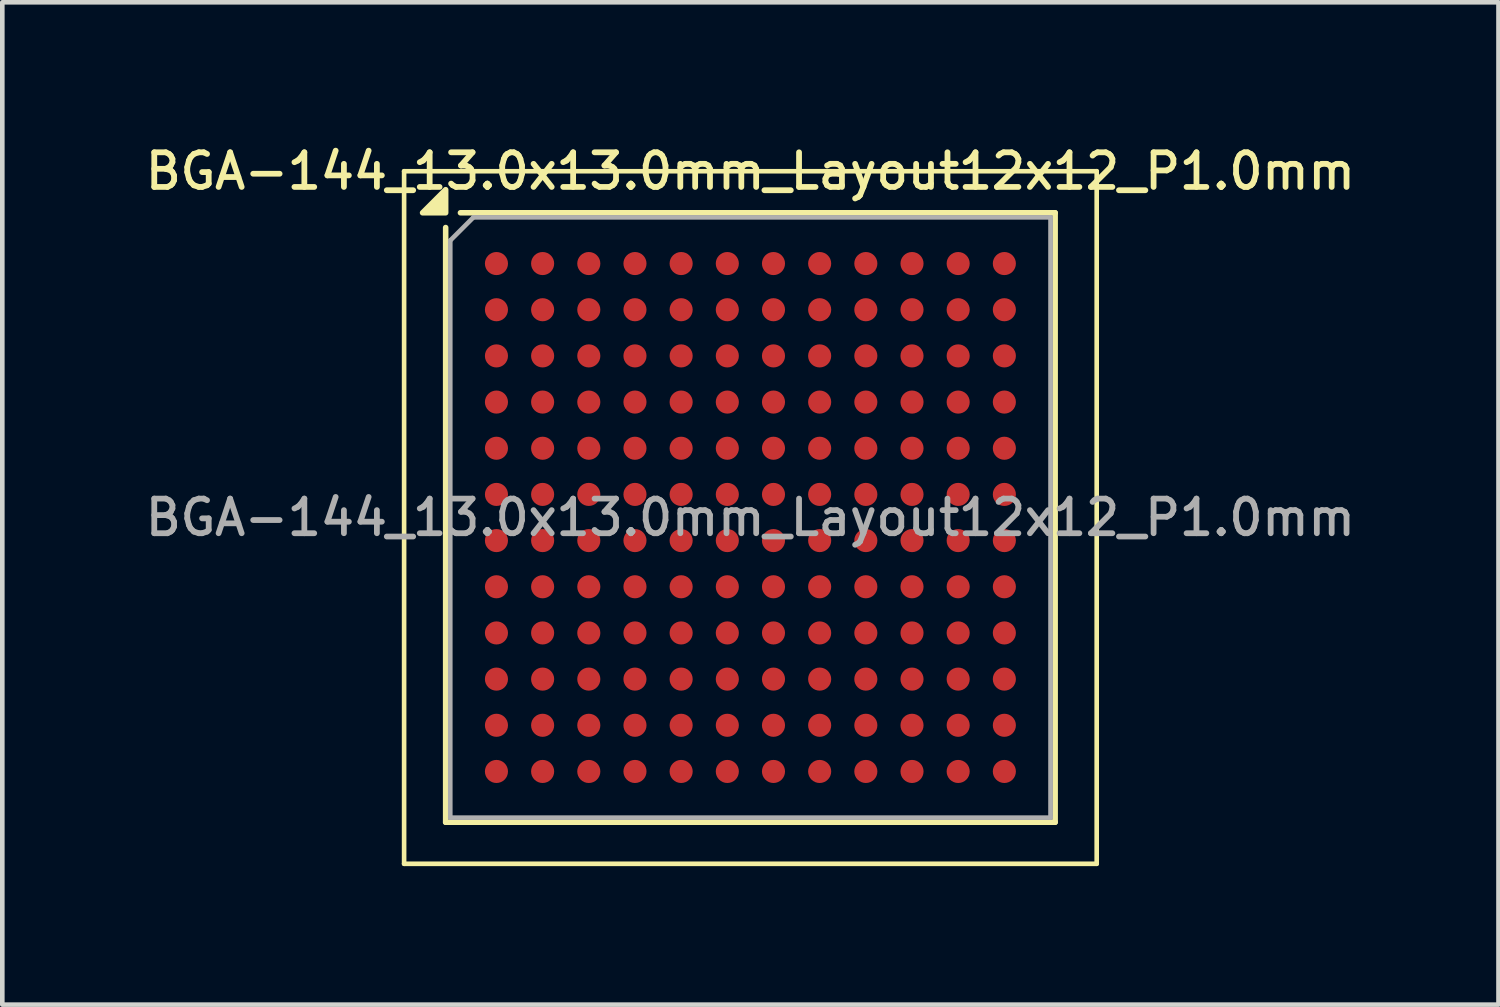
<source format=kicad_pcb>
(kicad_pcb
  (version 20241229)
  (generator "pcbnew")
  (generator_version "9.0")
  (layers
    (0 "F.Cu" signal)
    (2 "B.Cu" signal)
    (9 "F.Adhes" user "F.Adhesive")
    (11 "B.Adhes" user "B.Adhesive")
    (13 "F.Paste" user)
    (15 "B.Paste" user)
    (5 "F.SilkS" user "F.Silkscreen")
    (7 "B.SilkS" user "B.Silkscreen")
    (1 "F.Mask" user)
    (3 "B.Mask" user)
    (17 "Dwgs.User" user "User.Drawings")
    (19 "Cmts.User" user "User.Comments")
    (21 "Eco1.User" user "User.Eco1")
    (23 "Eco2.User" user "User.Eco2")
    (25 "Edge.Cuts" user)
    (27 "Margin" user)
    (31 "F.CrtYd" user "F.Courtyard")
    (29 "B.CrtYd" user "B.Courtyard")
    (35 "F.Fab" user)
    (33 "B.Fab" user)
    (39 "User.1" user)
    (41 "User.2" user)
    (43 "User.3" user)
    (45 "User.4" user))
  (footprint "BGA-144_13.0x13.0mm_Layout12x12_P1.0mm"
    (layer "F.Cu")
    (at 13.202 8.158)
    (property "Reference" "BGA-144_13.0x13.0mm_Layout12x12_P1.0mm" (at 0 -7.5 0) (layer "F.SilkS") (effects (font (size 0.75 0.75) (thickness 0.125))))
    (attr smd)
    (fp_line (start -7.5 -7.5) (end -7.5 7.5) (stroke (width 0.1) (type solid)) (layer "F.SilkS"))
    (fp_line (start -7.5 -7.5) (end 7.5 -7.5) (stroke (width 0.1) (type solid)) (layer "F.SilkS"))
    (fp_line (start -6.6 6.6) (end -6.6 -6.28) (stroke (width 0.12) (type solid)) (layer "F.SilkS"))
    (fp_line (start -6.28 -6.6) (end 6.6 -6.6) (stroke (width 0.12) (type solid)) (layer "F.SilkS"))
    (fp_line (start 6.6 -6.6) (end 6.6 6.6) (stroke (width 0.12) (type solid)) (layer "F.SilkS"))
    (fp_line (start 6.6 6.6) (end -6.6 6.6) (stroke (width 0.12) (type solid)) (layer "F.SilkS"))
    (fp_line (start 7.5 7.5) (end -7.5 7.5) (stroke (width 0.1) (type solid)) (layer "F.SilkS"))
    (fp_line (start 7.5 7.5) (end 7.5 -7.5) (stroke (width 0.1) (type solid)) (layer "F.SilkS"))
    (fp_poly (pts (xy -6.6 -6.6) (xy -7.1 -6.6) (xy -6.6 -7.1) (xy -6.6 -6.6)) (stroke (width 0.12) (type solid)) (fill yes) (layer "F.SilkS"))
    (fp_line (start -6.5 -6) (end -6 -6.5) (stroke (width 0.1) (type solid)) (layer "F.Fab"))
    (fp_line (start -6.5 6.5) (end -6.5 -6) (stroke (width 0.1) (type solid)) (layer "F.Fab"))
    (fp_line (start -6 -6.5) (end 6.5 -6.5) (stroke (width 0.1) (type solid)) (layer "F.Fab"))
    (fp_line (start 6.5 -6.5) (end 6.5 6.5) (stroke (width 0.1) (type solid)) (layer "F.Fab"))
    (fp_line (start 6.5 6.5) (end -6.5 6.5) (stroke (width 0.1) (type solid)) (layer "F.Fab"))
    (fp_text user "${REFERENCE}" (at 0 0 0) (layer "F.Fab") (effects (font (size 0.75 0.75) (thickness 0.125))))
    (pad "A1" smd circle (at -5.5 -5.5) (size 0.5 0.5) (property pad_prop_bga) (layers "F.Cu" "F.Mask" "F.Paste"))
    (pad "A2" smd circle (at -4.5 -5.5) (size 0.5 0.5) (property pad_prop_bga) (layers "F.Cu" "F.Mask" "F.Paste"))
    (pad "A3" smd circle (at -3.5 -5.5) (size 0.5 0.5) (property pad_prop_bga) (layers "F.Cu" "F.Mask" "F.Paste"))
    (pad "A4" smd circle (at -2.5 -5.5) (size 0.5 0.5) (property pad_prop_bga) (layers "F.Cu" "F.Mask" "F.Paste"))
    (pad "A5" smd circle (at -1.5 -5.5) (size 0.5 0.5) (property pad_prop_bga) (layers "F.Cu" "F.Mask" "F.Paste"))
    (pad "A6" smd circle (at -0.5 -5.5) (size 0.5 0.5) (property pad_prop_bga) (layers "F.Cu" "F.Mask" "F.Paste"))
    (pad "A7" smd circle (at 0.5 -5.5) (size 0.5 0.5) (property pad_prop_bga) (layers "F.Cu" "F.Mask" "F.Paste"))
    (pad "A8" smd circle (at 1.5 -5.5) (size 0.5 0.5) (property pad_prop_bga) (layers "F.Cu" "F.Mask" "F.Paste"))
    (pad "A9" smd circle (at 2.5 -5.5) (size 0.5 0.5) (property pad_prop_bga) (layers "F.Cu" "F.Mask" "F.Paste"))
    (pad "A10" smd circle (at 3.5 -5.5) (size 0.5 0.5) (property pad_prop_bga) (layers "F.Cu" "F.Mask" "F.Paste"))
    (pad "A11" smd circle (at 4.5 -5.5) (size 0.5 0.5) (property pad_prop_bga) (layers "F.Cu" "F.Mask" "F.Paste"))
    (pad "A12" smd circle (at 5.5 -5.5) (size 0.5 0.5) (property pad_prop_bga) (layers "F.Cu" "F.Mask" "F.Paste"))
    (pad "B1" smd circle (at -5.5 -4.5) (size 0.5 0.5) (property pad_prop_bga) (layers "F.Cu" "F.Mask" "F.Paste"))
    (pad "B2" smd circle (at -4.5 -4.5) (size 0.5 0.5) (property pad_prop_bga) (layers "F.Cu" "F.Mask" "F.Paste"))
    (pad "B3" smd circle (at -3.5 -4.5) (size 0.5 0.5) (property pad_prop_bga) (layers "F.Cu" "F.Mask" "F.Paste"))
    (pad "B4" smd circle (at -2.5 -4.5) (size 0.5 0.5) (property pad_prop_bga) (layers "F.Cu" "F.Mask" "F.Paste"))
    (pad "B5" smd circle (at -1.5 -4.5) (size 0.5 0.5) (property pad_prop_bga) (layers "F.Cu" "F.Mask" "F.Paste"))
    (pad "B6" smd circle (at -0.5 -4.5) (size 0.5 0.5) (property pad_prop_bga) (layers "F.Cu" "F.Mask" "F.Paste"))
    (pad "B7" smd circle (at 0.5 -4.5) (size 0.5 0.5) (property pad_prop_bga) (layers "F.Cu" "F.Mask" "F.Paste"))
    (pad "B8" smd circle (at 1.5 -4.5) (size 0.5 0.5) (property pad_prop_bga) (layers "F.Cu" "F.Mask" "F.Paste"))
    (pad "B9" smd circle (at 2.5 -4.5) (size 0.5 0.5) (property pad_prop_bga) (layers "F.Cu" "F.Mask" "F.Paste"))
    (pad "B10" smd circle (at 3.5 -4.5) (size 0.5 0.5) (property pad_prop_bga) (layers "F.Cu" "F.Mask" "F.Paste"))
    (pad "B11" smd circle (at 4.5 -4.5) (size 0.5 0.5) (property pad_prop_bga) (layers "F.Cu" "F.Mask" "F.Paste"))
    (pad "B12" smd circle (at 5.5 -4.5) (size 0.5 0.5) (property pad_prop_bga) (layers "F.Cu" "F.Mask" "F.Paste"))
    (pad "C1" smd circle (at -5.5 -3.5) (size 0.5 0.5) (property pad_prop_bga) (layers "F.Cu" "F.Mask" "F.Paste"))
    (pad "C2" smd circle (at -4.5 -3.5) (size 0.5 0.5) (property pad_prop_bga) (layers "F.Cu" "F.Mask" "F.Paste"))
    (pad "C3" smd circle (at -3.5 -3.5) (size 0.5 0.5) (property pad_prop_bga) (layers "F.Cu" "F.Mask" "F.Paste"))
    (pad "C4" smd circle (at -2.5 -3.5) (size 0.5 0.5) (property pad_prop_bga) (layers "F.Cu" "F.Mask" "F.Paste"))
    (pad "C5" smd circle (at -1.5 -3.5) (size 0.5 0.5) (property pad_prop_bga) (layers "F.Cu" "F.Mask" "F.Paste"))
    (pad "C6" smd circle (at -0.5 -3.5) (size 0.5 0.5) (property pad_prop_bga) (layers "F.Cu" "F.Mask" "F.Paste"))
    (pad "C7" smd circle (at 0.5 -3.5) (size 0.5 0.5) (property pad_prop_bga) (layers "F.Cu" "F.Mask" "F.Paste"))
    (pad "C8" smd circle (at 1.5 -3.5) (size 0.5 0.5) (property pad_prop_bga) (layers "F.Cu" "F.Mask" "F.Paste"))
    (pad "C9" smd circle (at 2.5 -3.5) (size 0.5 0.5) (property pad_prop_bga) (layers "F.Cu" "F.Mask" "F.Paste"))
    (pad "C10" smd circle (at 3.5 -3.5) (size 0.5 0.5) (property pad_prop_bga) (layers "F.Cu" "F.Mask" "F.Paste"))
    (pad "C11" smd circle (at 4.5 -3.5) (size 0.5 0.5) (property pad_prop_bga) (layers "F.Cu" "F.Mask" "F.Paste"))
    (pad "C12" smd circle (at 5.5 -3.5) (size 0.5 0.5) (property pad_prop_bga) (layers "F.Cu" "F.Mask" "F.Paste"))
    (pad "D1" smd circle (at -5.5 -2.5) (size 0.5 0.5) (property pad_prop_bga) (layers "F.Cu" "F.Mask" "F.Paste"))
    (pad "D2" smd circle (at -4.5 -2.5) (size 0.5 0.5) (property pad_prop_bga) (layers "F.Cu" "F.Mask" "F.Paste"))
    (pad "D3" smd circle (at -3.5 -2.5) (size 0.5 0.5) (property pad_prop_bga) (layers "F.Cu" "F.Mask" "F.Paste"))
    (pad "D4" smd circle (at -2.5 -2.5) (size 0.5 0.5) (property pad_prop_bga) (layers "F.Cu" "F.Mask" "F.Paste"))
    (pad "D5" smd circle (at -1.5 -2.5) (size 0.5 0.5) (property pad_prop_bga) (layers "F.Cu" "F.Mask" "F.Paste"))
    (pad "D6" smd circle (at -0.5 -2.5) (size 0.5 0.5) (property pad_prop_bga) (layers "F.Cu" "F.Mask" "F.Paste"))
    (pad "D7" smd circle (at 0.5 -2.5) (size 0.5 0.5) (property pad_prop_bga) (layers "F.Cu" "F.Mask" "F.Paste"))
    (pad "D8" smd circle (at 1.5 -2.5) (size 0.5 0.5) (property pad_prop_bga) (layers "F.Cu" "F.Mask" "F.Paste"))
    (pad "D9" smd circle (at 2.5 -2.5) (size 0.5 0.5) (property pad_prop_bga) (layers "F.Cu" "F.Mask" "F.Paste"))
    (pad "D10" smd circle (at 3.5 -2.5) (size 0.5 0.5) (property pad_prop_bga) (layers "F.Cu" "F.Mask" "F.Paste"))
    (pad "D11" smd circle (at 4.5 -2.5) (size 0.5 0.5) (property pad_prop_bga) (layers "F.Cu" "F.Mask" "F.Paste"))
    (pad "D12" smd circle (at 5.5 -2.5) (size 0.5 0.5) (property pad_prop_bga) (layers "F.Cu" "F.Mask" "F.Paste"))
    (pad "E1" smd circle (at -5.5 -1.5) (size 0.5 0.5) (property pad_prop_bga) (layers "F.Cu" "F.Mask" "F.Paste"))
    (pad "E2" smd circle (at -4.5 -1.5) (size 0.5 0.5) (property pad_prop_bga) (layers "F.Cu" "F.Mask" "F.Paste"))
    (pad "E3" smd circle (at -3.5 -1.5) (size 0.5 0.5) (property pad_prop_bga) (layers "F.Cu" "F.Mask" "F.Paste"))
    (pad "E4" smd circle (at -2.5 -1.5) (size 0.5 0.5) (property pad_prop_bga) (layers "F.Cu" "F.Mask" "F.Paste"))
    (pad "E5" smd circle (at -1.5 -1.5) (size 0.5 0.5) (property pad_prop_bga) (layers "F.Cu" "F.Mask" "F.Paste"))
    (pad "E6" smd circle (at -0.5 -1.5) (size 0.5 0.5) (property pad_prop_bga) (layers "F.Cu" "F.Mask" "F.Paste"))
    (pad "E7" smd circle (at 0.5 -1.5) (size 0.5 0.5) (property pad_prop_bga) (layers "F.Cu" "F.Mask" "F.Paste"))
    (pad "E8" smd circle (at 1.5 -1.5) (size 0.5 0.5) (property pad_prop_bga) (layers "F.Cu" "F.Mask" "F.Paste"))
    (pad "E9" smd circle (at 2.5 -1.5) (size 0.5 0.5) (property pad_prop_bga) (layers "F.Cu" "F.Mask" "F.Paste"))
    (pad "E10" smd circle (at 3.5 -1.5) (size 0.5 0.5) (property pad_prop_bga) (layers "F.Cu" "F.Mask" "F.Paste"))
    (pad "E11" smd circle (at 4.5 -1.5) (size 0.5 0.5) (property pad_prop_bga) (layers "F.Cu" "F.Mask" "F.Paste"))
    (pad "E12" smd circle (at 5.5 -1.5) (size 0.5 0.5) (property pad_prop_bga) (layers "F.Cu" "F.Mask" "F.Paste"))
    (pad "F1" smd circle (at -5.5 -0.5) (size 0.5 0.5) (property pad_prop_bga) (layers "F.Cu" "F.Mask" "F.Paste"))
    (pad "F2" smd circle (at -4.5 -0.5) (size 0.5 0.5) (property pad_prop_bga) (layers "F.Cu" "F.Mask" "F.Paste"))
    (pad "F3" smd circle (at -3.5 -0.5) (size 0.5 0.5) (property pad_prop_bga) (layers "F.Cu" "F.Mask" "F.Paste"))
    (pad "F4" smd circle (at -2.5 -0.5) (size 0.5 0.5) (property pad_prop_bga) (layers "F.Cu" "F.Mask" "F.Paste"))
    (pad "F5" smd circle (at -1.5 -0.5) (size 0.5 0.5) (property pad_prop_bga) (layers "F.Cu" "F.Mask" "F.Paste"))
    (pad "F6" smd circle (at -0.5 -0.5) (size 0.5 0.5) (property pad_prop_bga) (layers "F.Cu" "F.Mask" "F.Paste"))
    (pad "F7" smd circle (at 0.5 -0.5) (size 0.5 0.5) (property pad_prop_bga) (layers "F.Cu" "F.Mask" "F.Paste"))
    (pad "F8" smd circle (at 1.5 -0.5) (size 0.5 0.5) (property pad_prop_bga) (layers "F.Cu" "F.Mask" "F.Paste"))
    (pad "F9" smd circle (at 2.5 -0.5) (size 0.5 0.5) (property pad_prop_bga) (layers "F.Cu" "F.Mask" "F.Paste"))
    (pad "F10" smd circle (at 3.5 -0.5) (size 0.5 0.5) (property pad_prop_bga) (layers "F.Cu" "F.Mask" "F.Paste"))
    (pad "F11" smd circle (at 4.5 -0.5) (size 0.5 0.5) (property pad_prop_bga) (layers "F.Cu" "F.Mask" "F.Paste"))
    (pad "F12" smd circle (at 5.5 -0.5) (size 0.5 0.5) (property pad_prop_bga) (layers "F.Cu" "F.Mask" "F.Paste"))
    (pad "G1" smd circle (at -5.5 0.5) (size 0.5 0.5) (property pad_prop_bga) (layers "F.Cu" "F.Mask" "F.Paste"))
    (pad "G2" smd circle (at -4.5 0.5) (size 0.5 0.5) (property pad_prop_bga) (layers "F.Cu" "F.Mask" "F.Paste"))
    (pad "G3" smd circle (at -3.5 0.5) (size 0.5 0.5) (property pad_prop_bga) (layers "F.Cu" "F.Mask" "F.Paste"))
    (pad "G4" smd circle (at -2.5 0.5) (size 0.5 0.5) (property pad_prop_bga) (layers "F.Cu" "F.Mask" "F.Paste"))
    (pad "G5" smd circle (at -1.5 0.5) (size 0.5 0.5) (property pad_prop_bga) (layers "F.Cu" "F.Mask" "F.Paste"))
    (pad "G6" smd circle (at -0.5 0.5) (size 0.5 0.5) (property pad_prop_bga) (layers "F.Cu" "F.Mask" "F.Paste"))
    (pad "G7" smd circle (at 0.5 0.5) (size 0.5 0.5) (property pad_prop_bga) (layers "F.Cu" "F.Mask" "F.Paste"))
    (pad "G8" smd circle (at 1.5 0.5) (size 0.5 0.5) (property pad_prop_bga) (layers "F.Cu" "F.Mask" "F.Paste"))
    (pad "G9" smd circle (at 2.5 0.5) (size 0.5 0.5) (property pad_prop_bga) (layers "F.Cu" "F.Mask" "F.Paste"))
    (pad "G10" smd circle (at 3.5 0.5) (size 0.5 0.5) (property pad_prop_bga) (layers "F.Cu" "F.Mask" "F.Paste"))
    (pad "G11" smd circle (at 4.5 0.5) (size 0.5 0.5) (property pad_prop_bga) (layers "F.Cu" "F.Mask" "F.Paste"))
    (pad "G12" smd circle (at 5.5 0.5) (size 0.5 0.5) (property pad_prop_bga) (layers "F.Cu" "F.Mask" "F.Paste"))
    (pad "H1" smd circle (at -5.5 1.5) (size 0.5 0.5) (property pad_prop_bga) (layers "F.Cu" "F.Mask" "F.Paste"))
    (pad "H2" smd circle (at -4.5 1.5) (size 0.5 0.5) (property pad_prop_bga) (layers "F.Cu" "F.Mask" "F.Paste"))
    (pad "H3" smd circle (at -3.5 1.5) (size 0.5 0.5) (property pad_prop_bga) (layers "F.Cu" "F.Mask" "F.Paste"))
    (pad "H4" smd circle (at -2.5 1.5) (size 0.5 0.5) (property pad_prop_bga) (layers "F.Cu" "F.Mask" "F.Paste"))
    (pad "H5" smd circle (at -1.5 1.5) (size 0.5 0.5) (property pad_prop_bga) (layers "F.Cu" "F.Mask" "F.Paste"))
    (pad "H6" smd circle (at -0.5 1.5) (size 0.5 0.5) (property pad_prop_bga) (layers "F.Cu" "F.Mask" "F.Paste"))
    (pad "H7" smd circle (at 0.5 1.5) (size 0.5 0.5) (property pad_prop_bga) (layers "F.Cu" "F.Mask" "F.Paste"))
    (pad "H8" smd circle (at 1.5 1.5) (size 0.5 0.5) (property pad_prop_bga) (layers "F.Cu" "F.Mask" "F.Paste"))
    (pad "H9" smd circle (at 2.5 1.5) (size 0.5 0.5) (property pad_prop_bga) (layers "F.Cu" "F.Mask" "F.Paste"))
    (pad "H10" smd circle (at 3.5 1.5) (size 0.5 0.5) (property pad_prop_bga) (layers "F.Cu" "F.Mask" "F.Paste"))
    (pad "H11" smd circle (at 4.5 1.5) (size 0.5 0.5) (property pad_prop_bga) (layers "F.Cu" "F.Mask" "F.Paste"))
    (pad "H12" smd circle (at 5.5 1.5) (size 0.5 0.5) (property pad_prop_bga) (layers "F.Cu" "F.Mask" "F.Paste"))
    (pad "J1" smd circle (at -5.5 2.5) (size 0.5 0.5) (property pad_prop_bga) (layers "F.Cu" "F.Mask" "F.Paste"))
    (pad "J2" smd circle (at -4.5 2.5) (size 0.5 0.5) (property pad_prop_bga) (layers "F.Cu" "F.Mask" "F.Paste"))
    (pad "J3" smd circle (at -3.5 2.5) (size 0.5 0.5) (property pad_prop_bga) (layers "F.Cu" "F.Mask" "F.Paste"))
    (pad "J4" smd circle (at -2.5 2.5) (size 0.5 0.5) (property pad_prop_bga) (layers "F.Cu" "F.Mask" "F.Paste"))
    (pad "J5" smd circle (at -1.5 2.5) (size 0.5 0.5) (property pad_prop_bga) (layers "F.Cu" "F.Mask" "F.Paste"))
    (pad "J6" smd circle (at -0.5 2.5) (size 0.5 0.5) (property pad_prop_bga) (layers "F.Cu" "F.Mask" "F.Paste"))
    (pad "J7" smd circle (at 0.5 2.5) (size 0.5 0.5) (property pad_prop_bga) (layers "F.Cu" "F.Mask" "F.Paste"))
    (pad "J8" smd circle (at 1.5 2.5) (size 0.5 0.5) (property pad_prop_bga) (layers "F.Cu" "F.Mask" "F.Paste"))
    (pad "J9" smd circle (at 2.5 2.5) (size 0.5 0.5) (property pad_prop_bga) (layers "F.Cu" "F.Mask" "F.Paste"))
    (pad "J10" smd circle (at 3.5 2.5) (size 0.5 0.5) (property pad_prop_bga) (layers "F.Cu" "F.Mask" "F.Paste"))
    (pad "J11" smd circle (at 4.5 2.5) (size 0.5 0.5) (property pad_prop_bga) (layers "F.Cu" "F.Mask" "F.Paste"))
    (pad "J12" smd circle (at 5.5 2.5) (size 0.5 0.5) (property pad_prop_bga) (layers "F.Cu" "F.Mask" "F.Paste"))
    (pad "K1" smd circle (at -5.5 3.5) (size 0.5 0.5) (property pad_prop_bga) (layers "F.Cu" "F.Mask" "F.Paste"))
    (pad "K2" smd circle (at -4.5 3.5) (size 0.5 0.5) (property pad_prop_bga) (layers "F.Cu" "F.Mask" "F.Paste"))
    (pad "K3" smd circle (at -3.5 3.5) (size 0.5 0.5) (property pad_prop_bga) (layers "F.Cu" "F.Mask" "F.Paste"))
    (pad "K4" smd circle (at -2.5 3.5) (size 0.5 0.5) (property pad_prop_bga) (layers "F.Cu" "F.Mask" "F.Paste"))
    (pad "K5" smd circle (at -1.5 3.5) (size 0.5 0.5) (property pad_prop_bga) (layers "F.Cu" "F.Mask" "F.Paste"))
    (pad "K6" smd circle (at -0.5 3.5) (size 0.5 0.5) (property pad_prop_bga) (layers "F.Cu" "F.Mask" "F.Paste"))
    (pad "K7" smd circle (at 0.5 3.5) (size 0.5 0.5) (property pad_prop_bga) (layers "F.Cu" "F.Mask" "F.Paste"))
    (pad "K8" smd circle (at 1.5 3.5) (size 0.5 0.5) (property pad_prop_bga) (layers "F.Cu" "F.Mask" "F.Paste"))
    (pad "K9" smd circle (at 2.5 3.5) (size 0.5 0.5) (property pad_prop_bga) (layers "F.Cu" "F.Mask" "F.Paste"))
    (pad "K10" smd circle (at 3.5 3.5) (size 0.5 0.5) (property pad_prop_bga) (layers "F.Cu" "F.Mask" "F.Paste"))
    (pad "K11" smd circle (at 4.5 3.5) (size 0.5 0.5) (property pad_prop_bga) (layers "F.Cu" "F.Mask" "F.Paste"))
    (pad "K12" smd circle (at 5.5 3.5) (size 0.5 0.5) (property pad_prop_bga) (layers "F.Cu" "F.Mask" "F.Paste"))
    (pad "L1" smd circle (at -5.5 4.5) (size 0.5 0.5) (property pad_prop_bga) (layers "F.Cu" "F.Mask" "F.Paste"))
    (pad "L2" smd circle (at -4.5 4.5) (size 0.5 0.5) (property pad_prop_bga) (layers "F.Cu" "F.Mask" "F.Paste"))
    (pad "L3" smd circle (at -3.5 4.5) (size 0.5 0.5) (property pad_prop_bga) (layers "F.Cu" "F.Mask" "F.Paste"))
    (pad "L4" smd circle (at -2.5 4.5) (size 0.5 0.5) (property pad_prop_bga) (layers "F.Cu" "F.Mask" "F.Paste"))
    (pad "L5" smd circle (at -1.5 4.5) (size 0.5 0.5) (property pad_prop_bga) (layers "F.Cu" "F.Mask" "F.Paste"))
    (pad "L6" smd circle (at -0.5 4.5) (size 0.5 0.5) (property pad_prop_bga) (layers "F.Cu" "F.Mask" "F.Paste"))
    (pad "L7" smd circle (at 0.5 4.5) (size 0.5 0.5) (property pad_prop_bga) (layers "F.Cu" "F.Mask" "F.Paste"))
    (pad "L8" smd circle (at 1.5 4.5) (size 0.5 0.5) (property pad_prop_bga) (layers "F.Cu" "F.Mask" "F.Paste"))
    (pad "L9" smd circle (at 2.5 4.5) (size 0.5 0.5) (property pad_prop_bga) (layers "F.Cu" "F.Mask" "F.Paste"))
    (pad "L10" smd circle (at 3.5 4.5) (size 0.5 0.5) (property pad_prop_bga) (layers "F.Cu" "F.Mask" "F.Paste"))
    (pad "L11" smd circle (at 4.5 4.5) (size 0.5 0.5) (property pad_prop_bga) (layers "F.Cu" "F.Mask" "F.Paste"))
    (pad "L12" smd circle (at 5.5 4.5) (size 0.5 0.5) (property pad_prop_bga) (layers "F.Cu" "F.Mask" "F.Paste"))
    (pad "M1" smd circle (at -5.5 5.5) (size 0.5 0.5) (property pad_prop_bga) (layers "F.Cu" "F.Mask" "F.Paste"))
    (pad "M2" smd circle (at -4.5 5.5) (size 0.5 0.5) (property pad_prop_bga) (layers "F.Cu" "F.Mask" "F.Paste"))
    (pad "M3" smd circle (at -3.5 5.5) (size 0.5 0.5) (property pad_prop_bga) (layers "F.Cu" "F.Mask" "F.Paste"))
    (pad "M4" smd circle (at -2.5 5.5) (size 0.5 0.5) (property pad_prop_bga) (layers "F.Cu" "F.Mask" "F.Paste"))
    (pad "M5" smd circle (at -1.5 5.5) (size 0.5 0.5) (property pad_prop_bga) (layers "F.Cu" "F.Mask" "F.Paste"))
    (pad "M6" smd circle (at -0.5 5.5) (size 0.5 0.5) (property pad_prop_bga) (layers "F.Cu" "F.Mask" "F.Paste"))
    (pad "M7" smd circle (at 0.5 5.5) (size 0.5 0.5) (property pad_prop_bga) (layers "F.Cu" "F.Mask" "F.Paste"))
    (pad "M8" smd circle (at 1.5 5.5) (size 0.5 0.5) (property pad_prop_bga) (layers "F.Cu" "F.Mask" "F.Paste"))
    (pad "M9" smd circle (at 2.5 5.5) (size 0.5 0.5) (property pad_prop_bga) (layers "F.Cu" "F.Mask" "F.Paste"))
    (pad "M10" smd circle (at 3.5 5.5) (size 0.5 0.5) (property pad_prop_bga) (layers "F.Cu" "F.Mask" "F.Paste"))
    (pad "M11" smd circle (at 4.5 5.5) (size 0.5 0.5) (property pad_prop_bga) (layers "F.Cu" "F.Mask" "F.Paste"))
    (pad "M12" smd circle (at 5.5 5.5) (size 0.5 0.5) (property pad_prop_bga) (layers "F.Cu" "F.Mask" "F.Paste")))
  (gr_rect
    (start -3 -3)
    (end 29.404 18.708)
    (stroke (width 0.1) (type default))
    (fill no)
    (layer "Edge.Cuts")))
</source>
